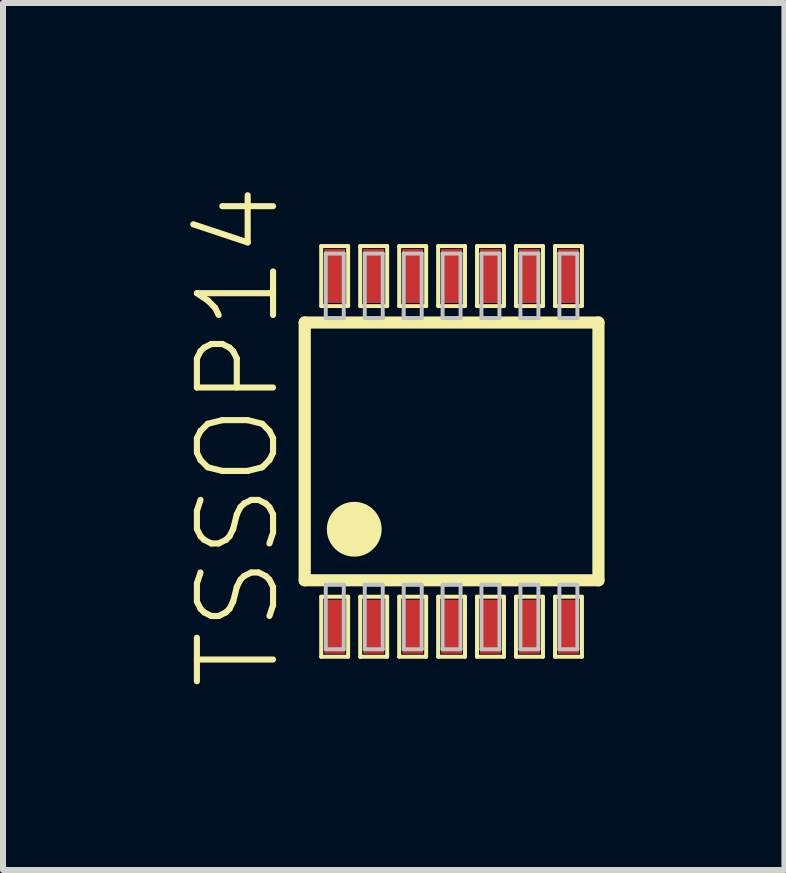
<source format=kicad_pcb>
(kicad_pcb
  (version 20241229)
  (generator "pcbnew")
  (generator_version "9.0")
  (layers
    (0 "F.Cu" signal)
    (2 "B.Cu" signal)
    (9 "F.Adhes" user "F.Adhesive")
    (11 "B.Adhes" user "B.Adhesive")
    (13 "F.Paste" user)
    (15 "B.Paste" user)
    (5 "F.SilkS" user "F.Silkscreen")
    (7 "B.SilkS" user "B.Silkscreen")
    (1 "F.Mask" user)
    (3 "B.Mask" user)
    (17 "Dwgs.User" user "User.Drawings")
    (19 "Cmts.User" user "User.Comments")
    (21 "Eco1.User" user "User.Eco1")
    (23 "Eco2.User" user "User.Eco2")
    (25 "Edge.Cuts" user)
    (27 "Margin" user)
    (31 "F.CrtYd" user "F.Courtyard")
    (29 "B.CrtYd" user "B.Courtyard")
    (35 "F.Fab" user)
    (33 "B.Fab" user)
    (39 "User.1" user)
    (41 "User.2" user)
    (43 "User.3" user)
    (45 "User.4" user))
  (footprint "TSSOP14"
    (layer "F.Cu")
    (at 4.48 4.477)
    (property "Reference" "TSSOP14" (at -3.559 -0.249 90) (layer "F.SilkS") (effects (font (size 1.27 1.27) (thickness 0.102))))
    (attr smd)
    (fp_line (start -2.449 -2.149) (end 2.449 -2.149) (stroke (width 0.203) (type solid)) (layer "F.SilkS"))
    (fp_line (start -2.449 2.149) (end -2.449 -2.149) (stroke (width 0.203) (type solid)) (layer "F.SilkS"))
    (fp_line (start -2.174 -3.424) (end -1.725 -3.424) (stroke (width 0.066) (type solid)) (layer "F.SilkS"))
    (fp_line (start -2.174 -2.423) (end -2.174 -3.424) (stroke (width 0.066) (type solid)) (layer "F.SilkS"))
    (fp_line (start -2.174 -2.423) (end -1.725 -2.423) (stroke (width 0.066) (type solid)) (layer "F.SilkS"))
    (fp_line (start -2.174 2.423) (end -1.725 2.423) (stroke (width 0.066) (type solid)) (layer "F.SilkS"))
    (fp_line (start -2.174 3.424) (end -2.174 2.423) (stroke (width 0.066) (type solid)) (layer "F.SilkS"))
    (fp_line (start -2.174 3.424) (end -1.725 3.424) (stroke (width 0.066) (type solid)) (layer "F.SilkS"))
    (fp_line (start -1.725 -2.423) (end -1.725 -3.424) (stroke (width 0.066) (type solid)) (layer "F.SilkS"))
    (fp_line (start -1.725 3.424) (end -1.725 2.423) (stroke (width 0.066) (type solid)) (layer "F.SilkS"))
    (fp_line (start -1.524 -3.424) (end -1.074 -3.424) (stroke (width 0.066) (type solid)) (layer "F.SilkS"))
    (fp_line (start -1.524 -2.423) (end -1.524 -3.424) (stroke (width 0.066) (type solid)) (layer "F.SilkS"))
    (fp_line (start -1.524 -2.423) (end -1.074 -2.423) (stroke (width 0.066) (type solid)) (layer "F.SilkS"))
    (fp_line (start -1.524 2.423) (end -1.074 2.423) (stroke (width 0.066) (type solid)) (layer "F.SilkS"))
    (fp_line (start -1.524 3.424) (end -1.524 2.423) (stroke (width 0.066) (type solid)) (layer "F.SilkS"))
    (fp_line (start -1.524 3.424) (end -1.074 3.424) (stroke (width 0.066) (type solid)) (layer "F.SilkS"))
    (fp_line (start -1.074 -2.423) (end -1.074 -3.424) (stroke (width 0.066) (type solid)) (layer "F.SilkS"))
    (fp_line (start -1.074 3.424) (end -1.074 2.423) (stroke (width 0.066) (type solid)) (layer "F.SilkS"))
    (fp_line (start -0.874 -3.424) (end -0.424 -3.424) (stroke (width 0.066) (type solid)) (layer "F.SilkS"))
    (fp_line (start -0.874 -2.423) (end -0.874 -3.424) (stroke (width 0.066) (type solid)) (layer "F.SilkS"))
    (fp_line (start -0.874 -2.423) (end -0.424 -2.423) (stroke (width 0.066) (type solid)) (layer "F.SilkS"))
    (fp_line (start -0.874 2.423) (end -0.424 2.423) (stroke (width 0.066) (type solid)) (layer "F.SilkS"))
    (fp_line (start -0.874 3.424) (end -0.874 2.423) (stroke (width 0.066) (type solid)) (layer "F.SilkS"))
    (fp_line (start -0.874 3.424) (end -0.424 3.424) (stroke (width 0.066) (type solid)) (layer "F.SilkS"))
    (fp_line (start -0.424 -2.423) (end -0.424 -3.424) (stroke (width 0.066) (type solid)) (layer "F.SilkS"))
    (fp_line (start -0.424 3.424) (end -0.424 2.423) (stroke (width 0.066) (type solid)) (layer "F.SilkS"))
    (fp_line (start -0.224 -3.424) (end 0.224 -3.424) (stroke (width 0.066) (type solid)) (layer "F.SilkS"))
    (fp_line (start -0.224 -2.423) (end -0.224 -3.424) (stroke (width 0.066) (type solid)) (layer "F.SilkS"))
    (fp_line (start -0.224 -2.423) (end 0.224 -2.423) (stroke (width 0.066) (type solid)) (layer "F.SilkS"))
    (fp_line (start -0.224 2.423) (end 0.224 2.423) (stroke (width 0.066) (type solid)) (layer "F.SilkS"))
    (fp_line (start -0.224 3.424) (end -0.224 2.423) (stroke (width 0.066) (type solid)) (layer "F.SilkS"))
    (fp_line (start -0.224 3.424) (end 0.224 3.424) (stroke (width 0.066) (type solid)) (layer "F.SilkS"))
    (fp_line (start 0.224 -2.423) (end 0.224 -3.424) (stroke (width 0.066) (type solid)) (layer "F.SilkS"))
    (fp_line (start 0.224 3.424) (end 0.224 2.423) (stroke (width 0.066) (type solid)) (layer "F.SilkS"))
    (fp_line (start 0.424 -3.424) (end 0.874 -3.424) (stroke (width 0.066) (type solid)) (layer "F.SilkS"))
    (fp_line (start 0.424 -2.423) (end 0.424 -3.424) (stroke (width 0.066) (type solid)) (layer "F.SilkS"))
    (fp_line (start 0.424 -2.423) (end 0.874 -2.423) (stroke (width 0.066) (type solid)) (layer "F.SilkS"))
    (fp_line (start 0.424 2.423) (end 0.874 2.423) (stroke (width 0.066) (type solid)) (layer "F.SilkS"))
    (fp_line (start 0.424 3.424) (end 0.424 2.423) (stroke (width 0.066) (type solid)) (layer "F.SilkS"))
    (fp_line (start 0.424 3.424) (end 0.874 3.424) (stroke (width 0.066) (type solid)) (layer "F.SilkS"))
    (fp_line (start 0.874 -2.423) (end 0.874 -3.424) (stroke (width 0.066) (type solid)) (layer "F.SilkS"))
    (fp_line (start 0.874 3.424) (end 0.874 2.423) (stroke (width 0.066) (type solid)) (layer "F.SilkS"))
    (fp_line (start 1.074 -3.424) (end 1.524 -3.424) (stroke (width 0.066) (type solid)) (layer "F.SilkS"))
    (fp_line (start 1.074 -2.423) (end 1.074 -3.424) (stroke (width 0.066) (type solid)) (layer "F.SilkS"))
    (fp_line (start 1.074 -2.423) (end 1.524 -2.423) (stroke (width 0.066) (type solid)) (layer "F.SilkS"))
    (fp_line (start 1.074 2.423) (end 1.524 2.423) (stroke (width 0.066) (type solid)) (layer "F.SilkS"))
    (fp_line (start 1.074 3.424) (end 1.074 2.423) (stroke (width 0.066) (type solid)) (layer "F.SilkS"))
    (fp_line (start 1.074 3.424) (end 1.524 3.424) (stroke (width 0.066) (type solid)) (layer "F.SilkS"))
    (fp_line (start 1.524 -2.423) (end 1.524 -3.424) (stroke (width 0.066) (type solid)) (layer "F.SilkS"))
    (fp_line (start 1.524 3.424) (end 1.524 2.423) (stroke (width 0.066) (type solid)) (layer "F.SilkS"))
    (fp_line (start 1.725 -3.424) (end 2.174 -3.424) (stroke (width 0.066) (type solid)) (layer "F.SilkS"))
    (fp_line (start 1.725 -2.423) (end 1.725 -3.424) (stroke (width 0.066) (type solid)) (layer "F.SilkS"))
    (fp_line (start 1.725 -2.423) (end 2.174 -2.423) (stroke (width 0.066) (type solid)) (layer "F.SilkS"))
    (fp_line (start 1.725 2.423) (end 2.174 2.423) (stroke (width 0.066) (type solid)) (layer "F.SilkS"))
    (fp_line (start 1.725 3.424) (end 1.725 2.423) (stroke (width 0.066) (type solid)) (layer "F.SilkS"))
    (fp_line (start 1.725 3.424) (end 2.174 3.424) (stroke (width 0.066) (type solid)) (layer "F.SilkS"))
    (fp_line (start 2.174 -2.423) (end 2.174 -3.424) (stroke (width 0.066) (type solid)) (layer "F.SilkS"))
    (fp_line (start 2.174 3.424) (end 2.174 2.423) (stroke (width 0.066) (type solid)) (layer "F.SilkS"))
    (fp_line (start 2.449 -2.149) (end 2.449 2.149) (stroke (width 0.203) (type solid)) (layer "F.SilkS"))
    (fp_line (start 2.449 2.149) (end -2.449 2.149) (stroke (width 0.203) (type solid)) (layer "F.SilkS"))
    (fp_circle (center -1.623 1.298) (end -1.623 0.841) (stroke (width 0) (type solid)) (fill yes) (layer "F.SilkS"))
    (fp_line (start -2.098 -3.299) (end -1.798 -3.299) (stroke (width 0.066) (type solid)) (layer "Dwgs.User"))
    (fp_line (start -2.098 -2.223) (end -2.098 -3.299) (stroke (width 0.066) (type solid)) (layer "Dwgs.User"))
    (fp_line (start -2.098 -2.223) (end -1.798 -2.223) (stroke (width 0.066) (type solid)) (layer "Dwgs.User"))
    (fp_line (start -2.098 2.223) (end -1.798 2.223) (stroke (width 0.066) (type solid)) (layer "Dwgs.User"))
    (fp_line (start -2.098 3.299) (end -2.098 2.223) (stroke (width 0.066) (type solid)) (layer "Dwgs.User"))
    (fp_line (start -2.098 3.299) (end -1.798 3.299) (stroke (width 0.066) (type solid)) (layer "Dwgs.User"))
    (fp_line (start -1.798 -2.223) (end -1.798 -3.299) (stroke (width 0.066) (type solid)) (layer "Dwgs.User"))
    (fp_line (start -1.798 3.299) (end -1.798 2.223) (stroke (width 0.066) (type solid)) (layer "Dwgs.User"))
    (fp_line (start -1.448 -3.299) (end -1.148 -3.299) (stroke (width 0.066) (type solid)) (layer "Dwgs.User"))
    (fp_line (start -1.448 -2.223) (end -1.448 -3.299) (stroke (width 0.066) (type solid)) (layer "Dwgs.User"))
    (fp_line (start -1.448 -2.223) (end -1.148 -2.223) (stroke (width 0.066) (type solid)) (layer "Dwgs.User"))
    (fp_line (start -1.448 2.223) (end -1.148 2.223) (stroke (width 0.066) (type solid)) (layer "Dwgs.User"))
    (fp_line (start -1.448 3.299) (end -1.448 2.223) (stroke (width 0.066) (type solid)) (layer "Dwgs.User"))
    (fp_line (start -1.448 3.299) (end -1.148 3.299) (stroke (width 0.066) (type solid)) (layer "Dwgs.User"))
    (fp_line (start -1.148 -2.223) (end -1.148 -3.299) (stroke (width 0.066) (type solid)) (layer "Dwgs.User"))
    (fp_line (start -1.148 3.299) (end -1.148 2.223) (stroke (width 0.066) (type solid)) (layer "Dwgs.User"))
    (fp_line (start -0.798 -3.299) (end -0.498 -3.299) (stroke (width 0.066) (type solid)) (layer "Dwgs.User"))
    (fp_line (start -0.798 -2.223) (end -0.798 -3.299) (stroke (width 0.066) (type solid)) (layer "Dwgs.User"))
    (fp_line (start -0.798 -2.223) (end -0.498 -2.223) (stroke (width 0.066) (type solid)) (layer "Dwgs.User"))
    (fp_line (start -0.798 2.223) (end -0.498 2.223) (stroke (width 0.066) (type solid)) (layer "Dwgs.User"))
    (fp_line (start -0.798 3.299) (end -0.798 2.223) (stroke (width 0.066) (type solid)) (layer "Dwgs.User"))
    (fp_line (start -0.798 3.299) (end -0.498 3.299) (stroke (width 0.066) (type solid)) (layer "Dwgs.User"))
    (fp_line (start -0.498 -2.223) (end -0.498 -3.299) (stroke (width 0.066) (type solid)) (layer "Dwgs.User"))
    (fp_line (start -0.498 3.299) (end -0.498 2.223) (stroke (width 0.066) (type solid)) (layer "Dwgs.User"))
    (fp_line (start -0.15 -3.299) (end 0.15 -3.299) (stroke (width 0.066) (type solid)) (layer "Dwgs.User"))
    (fp_line (start -0.15 -2.223) (end -0.15 -3.299) (stroke (width 0.066) (type solid)) (layer "Dwgs.User"))
    (fp_line (start -0.15 -2.223) (end 0.15 -2.223) (stroke (width 0.066) (type solid)) (layer "Dwgs.User"))
    (fp_line (start -0.15 2.223) (end 0.15 2.223) (stroke (width 0.066) (type solid)) (layer "Dwgs.User"))
    (fp_line (start -0.15 3.299) (end -0.15 2.223) (stroke (width 0.066) (type solid)) (layer "Dwgs.User"))
    (fp_line (start -0.15 3.299) (end 0.15 3.299) (stroke (width 0.066) (type solid)) (layer "Dwgs.User"))
    (fp_line (start 0.15 -2.223) (end 0.15 -3.299) (stroke (width 0.066) (type solid)) (layer "Dwgs.User"))
    (fp_line (start 0.15 3.299) (end 0.15 2.223) (stroke (width 0.066) (type solid)) (layer "Dwgs.User"))
    (fp_line (start 0.498 -3.299) (end 0.798 -3.299) (stroke (width 0.066) (type solid)) (layer "Dwgs.User"))
    (fp_line (start 0.498 -2.223) (end 0.498 -3.299) (stroke (width 0.066) (type solid)) (layer "Dwgs.User"))
    (fp_line (start 0.498 -2.223) (end 0.798 -2.223) (stroke (width 0.066) (type solid)) (layer "Dwgs.User"))
    (fp_line (start 0.498 2.223) (end 0.798 2.223) (stroke (width 0.066) (type solid)) (layer "Dwgs.User"))
    (fp_line (start 0.498 3.299) (end 0.498 2.223) (stroke (width 0.066) (type solid)) (layer "Dwgs.User"))
    (fp_line (start 0.498 3.299) (end 0.798 3.299) (stroke (width 0.066) (type solid)) (layer "Dwgs.User"))
    (fp_line (start 0.798 -2.223) (end 0.798 -3.299) (stroke (width 0.066) (type solid)) (layer "Dwgs.User"))
    (fp_line (start 0.798 3.299) (end 0.798 2.223) (stroke (width 0.066) (type solid)) (layer "Dwgs.User"))
    (fp_line (start 1.148 -3.299) (end 1.448 -3.299) (stroke (width 0.066) (type solid)) (layer "Dwgs.User"))
    (fp_line (start 1.148 -2.223) (end 1.148 -3.299) (stroke (width 0.066) (type solid)) (layer "Dwgs.User"))
    (fp_line (start 1.148 -2.223) (end 1.448 -2.223) (stroke (width 0.066) (type solid)) (layer "Dwgs.User"))
    (fp_line (start 1.148 2.223) (end 1.448 2.223) (stroke (width 0.066) (type solid)) (layer "Dwgs.User"))
    (fp_line (start 1.148 3.299) (end 1.148 2.223) (stroke (width 0.066) (type solid)) (layer "Dwgs.User"))
    (fp_line (start 1.148 3.299) (end 1.448 3.299) (stroke (width 0.066) (type solid)) (layer "Dwgs.User"))
    (fp_line (start 1.448 -2.223) (end 1.448 -3.299) (stroke (width 0.066) (type solid)) (layer "Dwgs.User"))
    (fp_line (start 1.448 3.299) (end 1.448 2.223) (stroke (width 0.066) (type solid)) (layer "Dwgs.User"))
    (fp_line (start 1.798 -3.299) (end 2.098 -3.299) (stroke (width 0.066) (type solid)) (layer "Dwgs.User"))
    (fp_line (start 1.798 -2.223) (end 1.798 -3.299) (stroke (width 0.066) (type solid)) (layer "Dwgs.User"))
    (fp_line (start 1.798 -2.223) (end 2.098 -2.223) (stroke (width 0.066) (type solid)) (layer "Dwgs.User"))
    (fp_line (start 1.798 2.223) (end 2.098 2.223) (stroke (width 0.066) (type solid)) (layer "Dwgs.User"))
    (fp_line (start 1.798 3.299) (end 1.798 2.223) (stroke (width 0.066) (type solid)) (layer "Dwgs.User"))
    (fp_line (start 1.798 3.299) (end 2.098 3.299) (stroke (width 0.066) (type solid)) (layer "Dwgs.User"))
    (fp_line (start 2.098 -2.223) (end 2.098 -3.299) (stroke (width 0.066) (type solid)) (layer "Dwgs.User"))
    (fp_line (start 2.098 3.299) (end 2.098 2.223) (stroke (width 0.066) (type solid)) (layer "Dwgs.User"))
    (pad "1" smd rect (at -1.948 2.924) (size 0.348 0.899) (layers "F.Cu" "F.Mask" "F.Paste"))
    (pad "2" smd rect (at -1.298 2.924) (size 0.348 0.899) (layers "F.Cu" "F.Mask" "F.Paste"))
    (pad "3" smd rect (at -0.648 2.924) (size 0.348 0.899) (layers "F.Cu" "F.Mask" "F.Paste"))
    (pad "4" smd rect (at 0 2.924) (size 0.348 0.899) (layers "F.Cu" "F.Mask" "F.Paste"))
    (pad "5" smd rect (at 0.648 2.924) (size 0.348 0.899) (layers "F.Cu" "F.Mask" "F.Paste"))
    (pad "6" smd rect (at 1.298 2.924) (size 0.348 0.899) (layers "F.Cu" "F.Mask" "F.Paste"))
    (pad "7" smd rect (at 1.948 2.924) (size 0.348 0.899) (layers "F.Cu" "F.Mask" "F.Paste"))
    (pad "8" smd rect (at 1.948 -2.924 180) (size 0.348 0.899) (layers "F.Cu" "F.Mask" "F.Paste"))
    (pad "9" smd rect (at 1.298 -2.924 180) (size 0.348 0.899) (layers "F.Cu" "F.Mask" "F.Paste"))
    (pad "10" smd rect (at 0.648 -2.924 180) (size 0.348 0.899) (layers "F.Cu" "F.Mask" "F.Paste"))
    (pad "11" smd rect (at 0 -2.924 180) (size 0.348 0.899) (layers "F.Cu" "F.Mask" "F.Paste"))
    (pad "12" smd rect (at -0.648 -2.924 180) (size 0.348 0.899) (layers "F.Cu" "F.Mask" "F.Paste"))
    (pad "13" smd rect (at -1.298 -2.924 180) (size 0.348 0.899) (layers "F.Cu" "F.Mask" "F.Paste"))
    (pad "14" smd rect (at -1.948 -2.924 180) (size 0.348 0.899) (layers "F.Cu" "F.Mask" "F.Paste")))
  (gr_rect
    (start -3 -3)
    (end 10.03 11.457)
    (stroke (width 0.1) (type default))
    (fill no)
    (layer "Edge.Cuts")))
</source>
